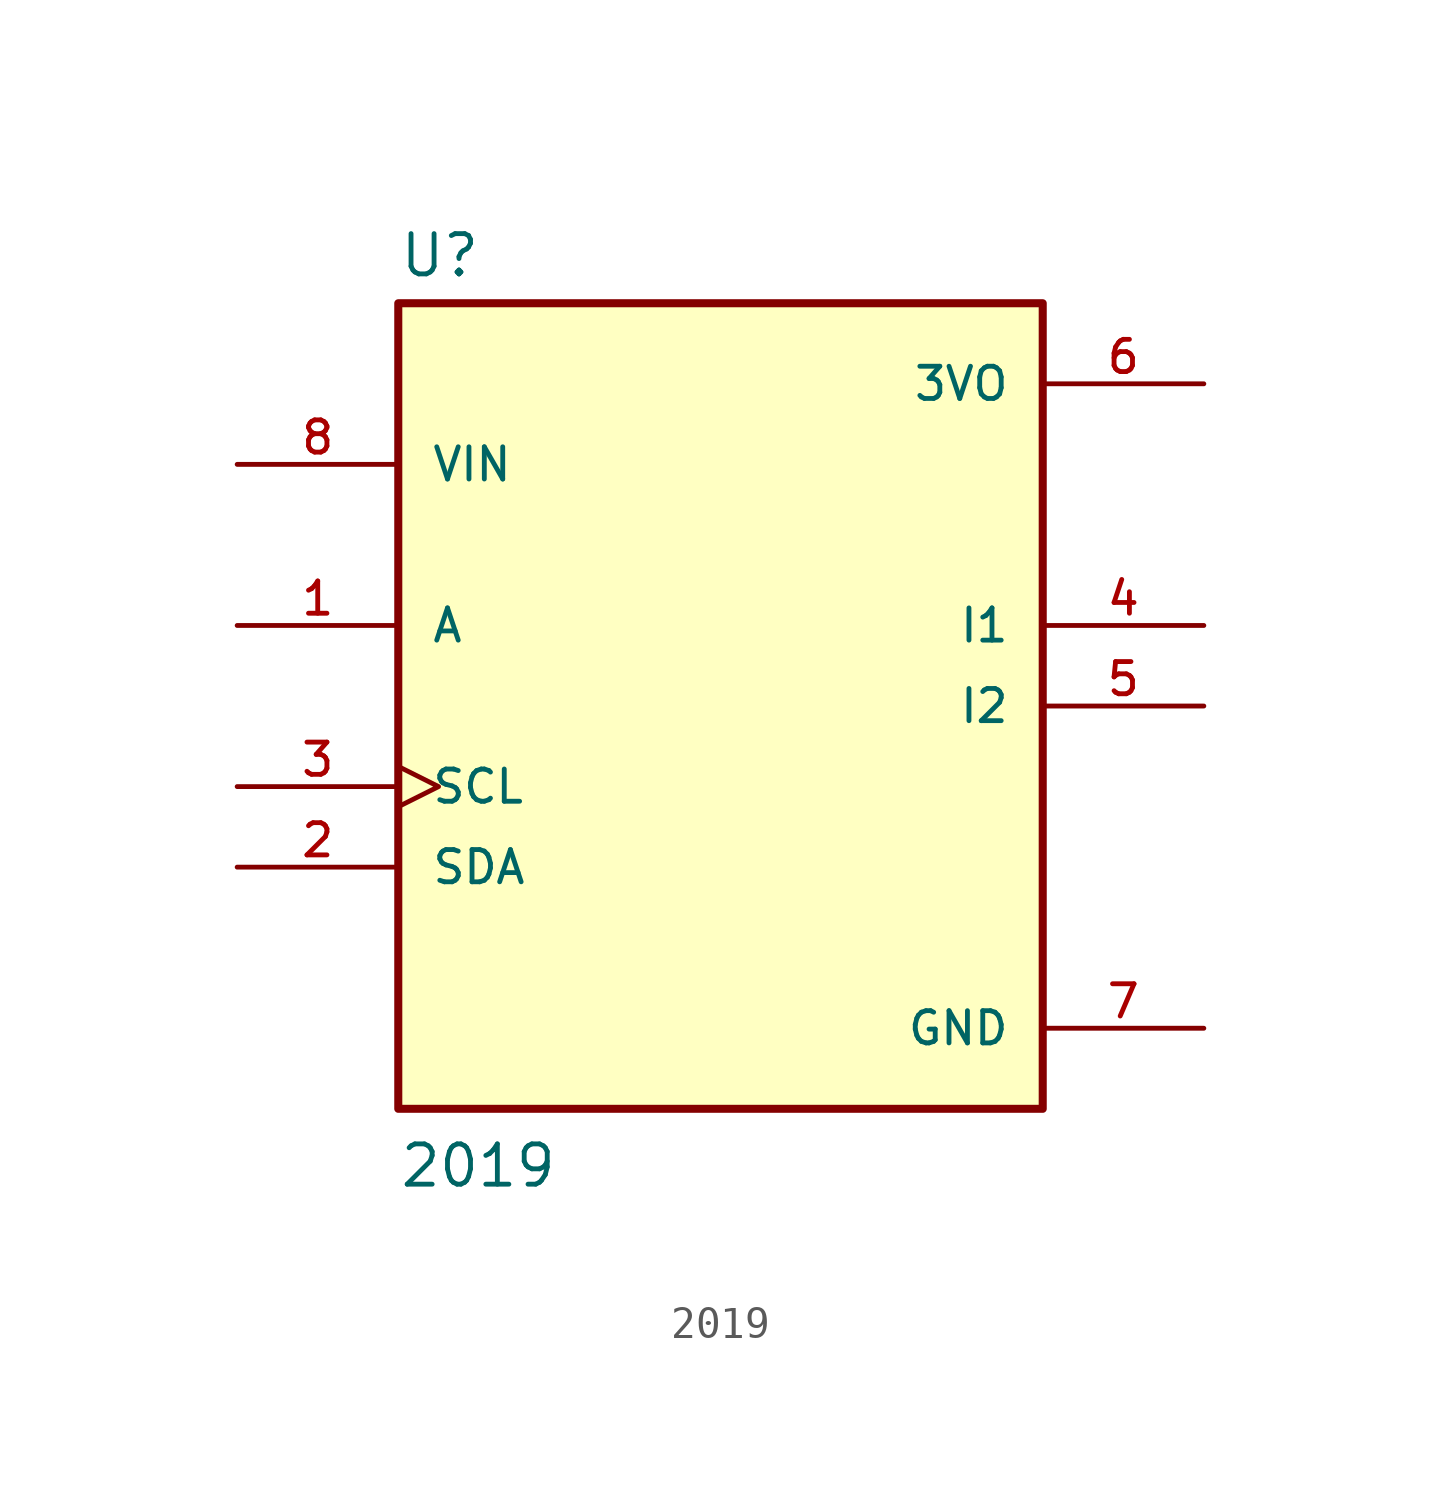
<source format=kicad_sym>
(kicad_symbol_lib
  (version 20211014)
  (generator kicad_symbol_editor)
  (symbol "2019"
    (pin_names
      (offset 1.016))
    (property "Reference" "U"
      (at -10.16 13.462 0)
      (effects (font (size 1.27 1.27)) (justify bottom left)))
    (property "Value" "2019"
      (at -10.16 -15.24 0)
      (effects (font (size 1.27 1.27)) (justify bottom left)))
    (symbol "2019_0_0"
      (rectangle (start -10.16 -12.7) (end 10.16 12.7) (stroke (width 0.254)) (fill (type background)))
      (pin input line (at -15.24 2.54 0) (length 5.08) (name "A" (effects (font (size 1.016 1.016)))) (number "1" (effects (font (size 1.016 1.016)))))
      (pin input line (at -15.24 7.62 0) (length 5.08) (name "VIN" (effects (font (size 1.016 1.016)))) (number "8" (effects (font (size 1.016 1.016)))))
      (pin power_in line (at 15.24 10.16 180.0) (length 5.08) (name "3VO" (effects (font (size 1.016 1.016)))) (number "6" (effects (font (size 1.016 1.016)))))
      (pin output line (at 15.24 2.54 180.0) (length 5.08) (name "I1" (effects (font (size 1.016 1.016)))) (number "4" (effects (font (size 1.016 1.016)))))
      (pin output line (at 15.24 0.0 180.0) (length 5.08) (name "I2" (effects (font (size 1.016 1.016)))) (number "5" (effects (font (size 1.016 1.016)))))
      (pin input clock (at -15.24 -2.54 0) (length 5.08) (name "SCL" (effects (font (size 1.016 1.016)))) (number "3" (effects (font (size 1.016 1.016)))))
      (pin bidirectional line (at -15.24 -5.08 0) (length 5.08) (name "SDA" (effects (font (size 1.016 1.016)))) (number "2" (effects (font (size 1.016 1.016)))))
      (pin power_in line (at 15.24 -10.16 180.0) (length 5.08) (name "GND" (effects (font (size 1.016 1.016)))) (number "7" (effects (font (size 1.016 1.016))))))))
</source>
